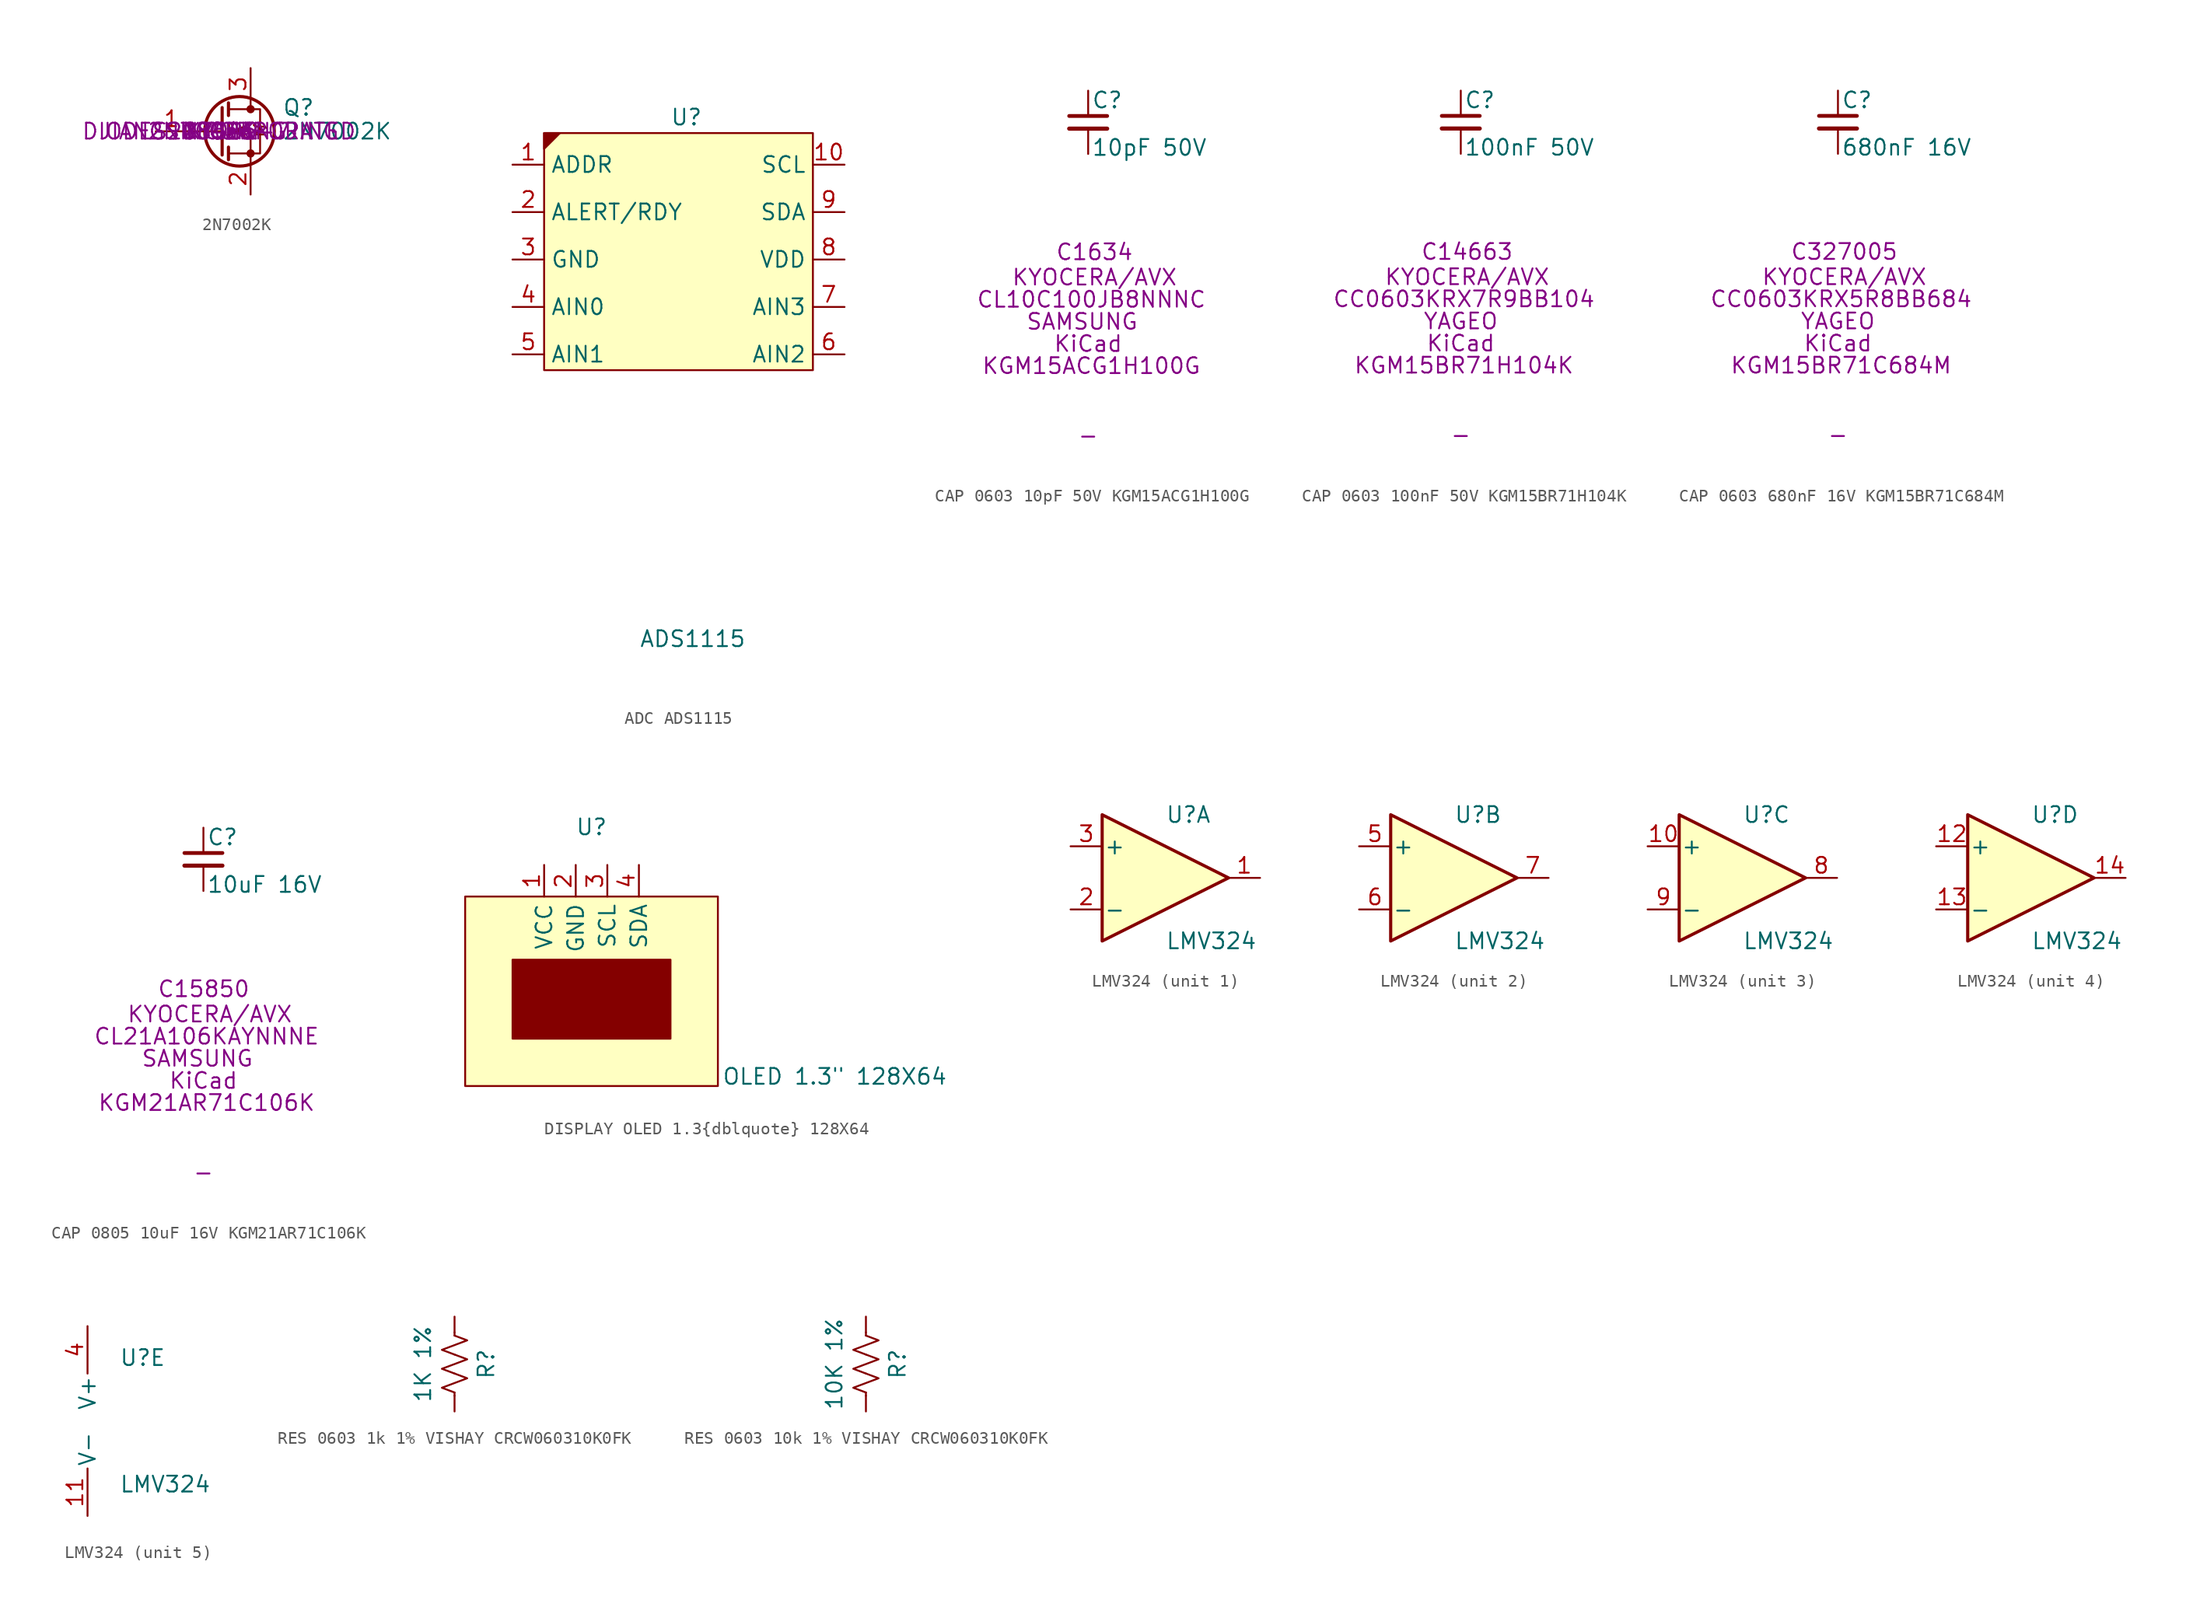
<source format=kicad_sym>
(kicad_symbol_lib
  (version 20231120)
  (generator "kicad_symbol_editor")
  (generator_version "8.0")
  (symbol "2N7002K"
    (pin_names hide)
    (property "Reference" "Q"
      (at 5.08 1.905 0)
      (effects (font (size 1.27 1.27)) (justify left)))
    (property "Value" "2N7002K"
      (at 5.08 0 0)
      (effects (font (size 1.27 1.27)) (justify left)))
    (property "MPN" "2N7002K-7"
      (at 0 0 0)
      (effects (font (size 1.27 1.27))))
    (property "Manufacture" "DIODES INCORPORATED"
      (at 0 0 0)
      (effects (font (size 1.27 1.27))))
    (property "3D Model" "KiCad"
      (at 0 0 0)
      (effects (font (size 1.27 1.27))))
    (property "Notes" "-"
      (at 0 0 0)
      (effects (font (size 1.27 1.27))))
    (property "LCSC Part #" "C8545"
      (at 0 0 0)
      (effects (font (size 1.27 1.27))))
    (property "LCSC MPN" "2N7002 "
      (at 0 0 0)
      (effects (font (size 1.27 1.27))))
    (property "LCSC MANUFACTURER" "JIANGSU CHANGJING"
      (at 0 0 0)
      (effects (font (size 1.27 1.27))))
    (symbol "2N7002K_0_1"
      (polyline (pts (xy 0.254 0) (xy -2.54 0)) (stroke (width 0) (type default)) (fill (type none)))
      (polyline (pts (xy 0.254 1.905) (xy 0.254 -1.905)) (stroke (width 0.254) (type default)) (fill (type none)))
      (polyline (pts (xy 0.762 -1.27) (xy 0.762 -2.286)) (stroke (width 0.254) (type default)) (fill (type none)))
      (polyline (pts (xy 0.762 0.508) (xy 0.762 -0.508)) (stroke (width 0.254) (type default)) (fill (type none)))
      (polyline (pts (xy 0.762 2.286) (xy 0.762 1.27)) (stroke (width 0.254) (type default)) (fill (type none)))
      (polyline (pts (xy 2.54 2.54) (xy 2.54 1.778)) (stroke (width 0) (type default)) (fill (type none)))
      (polyline (pts (xy 2.54 -2.54) (xy 2.54 0) (xy 0.762 0)) (stroke (width 0) (type default)) (fill (type none)))
      (polyline (pts (xy 0.762 -1.778) (xy 3.302 -1.778) (xy 3.302 1.778) (xy 0.762 1.778)) (stroke (width 0) (type default)) (fill (type none)))
      (polyline (pts (xy 1.016 0) (xy 2.032 0.381) (xy 2.032 -0.381) (xy 1.016 0)) (stroke (width 0) (type default)) (fill (type outline)))
      (polyline (pts (xy 2.794 0.508) (xy 2.921 0.381) (xy 3.683 0.381) (xy 3.81 0.254)) (stroke (width 0) (type default)) (fill (type none)))
      (polyline (pts (xy 3.302 0.381) (xy 2.921 -0.254) (xy 3.683 -0.254) (xy 3.302 0.381)) (stroke (width 0) (type default)) (fill (type none)))
      (circle (center 1.651 0) (radius 2.794) (stroke (width 0.254) (type default)) (fill (type none)))
      (circle (center 2.54 -1.778) (radius 0.254) (stroke (width 0) (type default)) (fill (type outline)))
      (circle (center 2.54 1.778) (radius 0.254) (stroke (width 0) (type default)) (fill (type outline))))
    (symbol "2N7002K_1_1"
      (pin input line (at -5.08 0 0) (length 2.54) (name "G" (effects (font (size 1.27 1.27)))) (number "1" (effects (font (size 1.27 1.27)))))
      (pin passive line (at 2.54 -5.08 90) (length 2.54) (name "S" (effects (font (size 1.27 1.27)))) (number "2" (effects (font (size 1.27 1.27)))))
      (pin passive line (at 2.54 5.08 270) (length 2.54) (name "D" (effects (font (size 1.27 1.27)))) (number "3" (effects (font (size 1.27 1.27)))))))
  (symbol "ADC ADS1115"
    (property "Reference" "U"
      (at 0 10.16 0)
      (effects (font (size 1.27 1.27))))
    (property "Value" "ADS1115"
      (at 0.508 -31.75 0)
      (effects (font (size 1.27 1.27))))
    (symbol "ADC ADS1115_1_1"
      (rectangle (start -11.43 8.89) (end 10.16 -10.16) (stroke (width 0) (type default)) (fill (type background)))
      (polyline (pts (xy -11.43 8.89) (xy -11.43 7.62) (xy -10.16 8.89) (xy -11.43 8.89)) (stroke (width 0) (type default)) (fill (type color) (color 132 0 0 1)))
      (pin input line (at -13.97 6.35 0) (length 2.54) (name "ADDR" (effects (font (size 1.27 1.27)))) (number "1" (effects (font (size 1.27 1.27)))))
      (pin input line (at 12.7 6.35 180) (length 2.54) (name "SCL" (effects (font (size 1.27 1.27)))) (number "10" (effects (font (size 1.27 1.27)))))
      (pin output line (at -13.97 2.54 0) (length 2.54) (name "ALERT/RDY" (effects (font (size 1.27 1.27)))) (number "2" (effects (font (size 1.27 1.27)))))
      (pin power_out line (at -13.97 -1.27 0) (length 2.54) (name "GND" (effects (font (size 1.27 1.27)))) (number "3" (effects (font (size 1.27 1.27)))))
      (pin input line (at -13.97 -5.08 0) (length 2.54) (name "AIN0" (effects (font (size 1.27 1.27)))) (number "4" (effects (font (size 1.27 1.27)))))
      (pin input line (at -13.97 -8.89 0) (length 2.54) (name "AIN1" (effects (font (size 1.27 1.27)))) (number "5" (effects (font (size 1.27 1.27)))))
      (pin input line (at 12.7 -8.89 180) (length 2.54) (name "AIN2" (effects (font (size 1.27 1.27)))) (number "6" (effects (font (size 1.27 1.27)))))
      (pin input line (at 12.7 -5.08 180) (length 2.54) (name "AIN3" (effects (font (size 1.27 1.27)))) (number "7" (effects (font (size 1.27 1.27)))))
      (pin power_in line (at 12.7 -1.27 180) (length 2.54) (name "VDD" (effects (font (size 1.27 1.27)))) (number "8" (effects (font (size 1.27 1.27)))))
      (pin bidirectional line (at 12.7 2.54 180) (length 2.54) (name "SDA" (effects (font (size 1.27 1.27)))) (number "9" (effects (font (size 1.27 1.27)))))))
  (symbol "CAP 0603 10pF 50V KGM15ACG1H100G"
    (pin_numbers hide)
    (pin_names
      (offset 0.254) hide)
    (property "Reference" "C"
      (at 0.254 1.778 0)
      (effects (font (size 1.27 1.27)) (justify left)))
    (property "Value" "10pF 50V"
      (at 0.254 -2.032 0)
      (effects (font (size 1.27 1.27)) (justify left)))
    (property "MPN" "KGM15ACG1H100G"
      (at 0.254 -19.558 0)
      (effects (font (size 1.27 1.27))))
    (property "Manufacture" "KYOCERA/AVX"
      (at 0.508 -12.446 0)
      (effects (font (size 1.27 1.27))))
    (property "3D Model" "KiCad"
      (at 0 -17.78 0)
      (effects (font (size 1.27 1.27))))
    (property "Notes" "-"
      (at 0 -25.146 0)
      (effects (font (size 1.27 1.27))))
    (property "LCSC PART #" "C1634"
      (at 0.508 -10.414 0)
      (effects (font (size 1.27 1.27))))
    (property "LCSC MPN" "CL10C100JB8NNNC"
      (at 0.254 -14.224 0)
      (effects (font (size 1.27 1.27))))
    (property "LCSC MANUFACTURER" "SAMSUNG "
      (at 0 -16.002 0)
      (effects (font (size 1.27 1.27))))
    (symbol "CAP 0603 10pF 50V KGM15ACG1H100G_0_1"
      (polyline (pts (xy -1.524 -0.508) (xy 1.524 -0.508)) (stroke (width 0.33) (type default)) (fill (type none)))
      (polyline (pts (xy -1.524 0.508) (xy 1.524 0.508)) (stroke (width 0.305) (type default)) (fill (type none))))
    (symbol "CAP 0603 10pF 50V KGM15ACG1H100G_1_1"
      (pin passive line (at 0 2.54 270) (length 2.032) (name "~" (effects (font (size 1.27 1.27)))) (number "1" (effects (font (size 1.27 1.27)))))
      (pin passive line (at 0 -2.54 90) (length 2.032) (name "~" (effects (font (size 1.27 1.27)))) (number "2" (effects (font (size 1.27 1.27)))))))
  (symbol "CAP 0603 100nF 50V KGM15BR71H104K"
    (pin_numbers hide)
    (pin_names
      (offset 0.254) hide)
    (property "Reference" "C"
      (at 0.254 1.778 0)
      (effects (font (size 1.27 1.27)) (justify left)))
    (property "Value" "100nF 50V"
      (at 0.254 -2.032 0)
      (effects (font (size 1.27 1.27)) (justify left)))
    (property "MPN" "KGM15BR71H104K"
      (at 0.254 -19.558 0)
      (effects (font (size 1.27 1.27))))
    (property "Manufacture" "KYOCERA/AVX"
      (at 0.508 -12.446 0)
      (effects (font (size 1.27 1.27))))
    (property "3D Model" "KiCad"
      (at 0 -17.78 0)
      (effects (font (size 1.27 1.27))))
    (property "Notes" "-"
      (at 0 -25.146 0)
      (effects (font (size 1.27 1.27))))
    (property "LCSC PART #" "C14663"
      (at 0.508 -10.414 0)
      (effects (font (size 1.27 1.27))))
    (property "LCSC MPN" "CC0603KRX7R9BB104"
      (at 0.254 -14.224 0)
      (effects (font (size 1.27 1.27))))
    (property "LCSC MANUFACTURER" "YAGEO"
      (at 0 -16.002 0)
      (effects (font (size 1.27 1.27))))
    (symbol "CAP 0603 100nF 50V KGM15BR71H104K_0_1"
      (polyline (pts (xy -1.524 -0.508) (xy 1.524 -0.508)) (stroke (width 0.33) (type default)) (fill (type none)))
      (polyline (pts (xy -1.524 0.508) (xy 1.524 0.508)) (stroke (width 0.305) (type default)) (fill (type none))))
    (symbol "CAP 0603 100nF 50V KGM15BR71H104K_1_1"
      (pin passive line (at 0 2.54 270) (length 2.032) (name "~" (effects (font (size 1.27 1.27)))) (number "1" (effects (font (size 1.27 1.27)))))
      (pin passive line (at 0 -2.54 90) (length 2.032) (name "~" (effects (font (size 1.27 1.27)))) (number "2" (effects (font (size 1.27 1.27)))))))
  (symbol "CAP 0603 680nF 16V KGM15BR71C684M"
    (pin_numbers hide)
    (pin_names
      (offset 0.254) hide)
    (property "Reference" "C"
      (at 0.254 1.778 0)
      (effects (font (size 1.27 1.27)) (justify left)))
    (property "Value" "680nF 16V"
      (at 0.254 -2.032 0)
      (effects (font (size 1.27 1.27)) (justify left)))
    (property "MPN" "KGM15BR71C684M"
      (at 0.254 -19.558 0)
      (effects (font (size 1.27 1.27))))
    (property "Manufacture" "KYOCERA/AVX"
      (at 0.508 -12.446 0)
      (effects (font (size 1.27 1.27))))
    (property "3D Model" "KiCad"
      (at 0 -17.78 0)
      (effects (font (size 1.27 1.27))))
    (property "Notes" "-"
      (at 0 -25.146 0)
      (effects (font (size 1.27 1.27))))
    (property "LCSC PART #" "C327005"
      (at 0.508 -10.414 0)
      (effects (font (size 1.27 1.27))))
    (property "LCSC MPN" "CC0603KRX5R8BB684"
      (at 0.254 -14.224 0)
      (effects (font (size 1.27 1.27))))
    (property "LCSC MANUFACTURER" "YAGEO"
      (at 0 -16.002 0)
      (effects (font (size 1.27 1.27))))
    (symbol "CAP 0603 680nF 16V KGM15BR71C684M_0_1"
      (polyline (pts (xy -1.524 -0.508) (xy 1.524 -0.508)) (stroke (width 0.33) (type default)) (fill (type none)))
      (polyline (pts (xy -1.524 0.508) (xy 1.524 0.508)) (stroke (width 0.305) (type default)) (fill (type none))))
    (symbol "CAP 0603 680nF 16V KGM15BR71C684M_1_1"
      (pin passive line (at 0 2.54 270) (length 2.032) (name "~" (effects (font (size 1.27 1.27)))) (number "1" (effects (font (size 1.27 1.27)))))
      (pin passive line (at 0 -2.54 90) (length 2.032) (name "~" (effects (font (size 1.27 1.27)))) (number "2" (effects (font (size 1.27 1.27)))))))
  (symbol "CAP 0805 10uF 16V KGM21AR71C106K"
    (pin_numbers hide)
    (pin_names
      (offset 0.254) hide)
    (property "Reference" "C"
      (at 0.254 1.778 0)
      (effects (font (size 1.27 1.27)) (justify left)))
    (property "Value" "10uF 16V"
      (at 0.254 -2.032 0)
      (effects (font (size 1.27 1.27)) (justify left)))
    (property "MPN" "KGM21AR71C106K"
      (at 0.254 -19.558 0)
      (effects (font (size 1.27 1.27))))
    (property "Manufacture" "KYOCERA/AVX"
      (at 0.508 -12.446 0)
      (effects (font (size 1.27 1.27))))
    (property "3D Model" "KiCad"
      (at 0 -17.78 0)
      (effects (font (size 1.27 1.27))))
    (property "Notes" "-"
      (at 0 -25.146 0)
      (effects (font (size 1.27 1.27))))
    (property "LCSC PART #" "C15850 "
      (at 0.508 -10.414 0)
      (effects (font (size 1.27 1.27))))
    (property "LCSC MPN" "CL21A106KAYNNNE"
      (at 0.254 -14.224 0)
      (effects (font (size 1.27 1.27))))
    (property "LCSC MANUFACTURER" "SAMSUNG "
      (at 0 -16.002 0)
      (effects (font (size 1.27 1.27))))
    (symbol "CAP 0805 10uF 16V KGM21AR71C106K_0_1"
      (polyline (pts (xy -1.524 -0.508) (xy 1.524 -0.508)) (stroke (width 0.33) (type default)) (fill (type none)))
      (polyline (pts (xy -1.524 0.508) (xy 1.524 0.508)) (stroke (width 0.305) (type default)) (fill (type none))))
    (symbol "CAP 0805 10uF 16V KGM21AR71C106K_1_1"
      (pin passive line (at 0 2.54 270) (length 2.032) (name "~" (effects (font (size 1.27 1.27)))) (number "1" (effects (font (size 1.27 1.27)))))
      (pin passive line (at 0 -2.54 90) (length 2.032) (name "~" (effects (font (size 1.27 1.27)))) (number "2" (effects (font (size 1.27 1.27)))))))
  (symbol "DISPLAY OLED 1.3{dblquote} 128X64"
    (property "Reference" "U"
      (at 0 6.858 0)
      (effects (font (size 1.27 1.27))))
    (property "Value" "OLED 1.3\" 128X64"
      (at 19.558 -13.208 0)
      (effects (font (size 1.27 1.27))))
    (symbol "DISPLAY OLED 1.3{dblquote} 128X64_1_1"
      (rectangle (start -10.16 1.27) (end 10.16 -13.97) (stroke (width 0) (type default)) (fill (type background)))
      (rectangle (start -6.35 -3.81) (end 6.35 -10.16) (stroke (width 0) (type default)) (fill (type outline)))
      (pin power_in line (at -3.81 3.81 270) (length 2.54) (name "VCC" (effects (font (size 1.27 1.27)))) (number "1" (effects (font (size 1.27 1.27)))))
      (pin power_in line (at -1.27 3.81 270) (length 2.54) (name "GND" (effects (font (size 1.27 1.27)))) (number "2" (effects (font (size 1.27 1.27)))))
      (pin input line (at 1.27 3.81 270) (length 2.54) (name "SCL" (effects (font (size 1.27 1.27)))) (number "3" (effects (font (size 1.27 1.27)))))
      (pin bidirectional line (at 3.81 3.81 270) (length 2.54) (name "SDA" (effects (font (size 1.27 1.27)))) (number "4" (effects (font (size 1.27 1.27)))))))
  (symbol "LMV324"
    (pin_names
      (offset 0.127))
    (property "Reference" "U"
      (at 0 5.08 0)
      (effects (font (size 1.27 1.27)) (justify left)))
    (property "Value" "LMV324"
      (at 0 -5.08 0)
      (effects (font (size 1.27 1.27)) (justify left)))
    (property "ki_locked" ""
      (at 0 0 0)
      (effects (font (size 1.27 1.27))))
    (symbol "LMV324_1_1"
      (polyline (pts (xy -5.08 5.08) (xy 5.08 0) (xy -5.08 -5.08) (xy -5.08 5.08)) (stroke (width 0.254) (type default)) (fill (type background)))
      (pin output line (at 7.62 0 180) (length 2.54) (name "~" (effects (font (size 1.27 1.27)))) (number "1" (effects (font (size 1.27 1.27)))))
      (pin input line (at -7.62 -2.54 0) (length 2.54) (name "-" (effects (font (size 1.27 1.27)))) (number "2" (effects (font (size 1.27 1.27)))))
      (pin input line (at -7.62 2.54 0) (length 2.54) (name "+" (effects (font (size 1.27 1.27)))) (number "3" (effects (font (size 1.27 1.27))))))
    (symbol "LMV324_2_1"
      (polyline (pts (xy -5.08 5.08) (xy 5.08 0) (xy -5.08 -5.08) (xy -5.08 5.08)) (stroke (width 0.254) (type default)) (fill (type background)))
      (pin input line (at -7.62 2.54 0) (length 2.54) (name "+" (effects (font (size 1.27 1.27)))) (number "5" (effects (font (size 1.27 1.27)))))
      (pin input line (at -7.62 -2.54 0) (length 2.54) (name "-" (effects (font (size 1.27 1.27)))) (number "6" (effects (font (size 1.27 1.27)))))
      (pin output line (at 7.62 0 180) (length 2.54) (name "~" (effects (font (size 1.27 1.27)))) (number "7" (effects (font (size 1.27 1.27))))))
    (symbol "LMV324_3_1"
      (polyline (pts (xy -5.08 5.08) (xy 5.08 0) (xy -5.08 -5.08) (xy -5.08 5.08)) (stroke (width 0.254) (type default)) (fill (type background)))
      (pin input line (at -7.62 2.54 0) (length 2.54) (name "+" (effects (font (size 1.27 1.27)))) (number "10" (effects (font (size 1.27 1.27)))))
      (pin output line (at 7.62 0 180) (length 2.54) (name "~" (effects (font (size 1.27 1.27)))) (number "8" (effects (font (size 1.27 1.27)))))
      (pin input line (at -7.62 -2.54 0) (length 2.54) (name "-" (effects (font (size 1.27 1.27)))) (number "9" (effects (font (size 1.27 1.27))))))
    (symbol "LMV324_4_1"
      (polyline (pts (xy -5.08 5.08) (xy 5.08 0) (xy -5.08 -5.08) (xy -5.08 5.08)) (stroke (width 0.254) (type default)) (fill (type background)))
      (pin input line (at -7.62 2.54 0) (length 2.54) (name "+" (effects (font (size 1.27 1.27)))) (number "12" (effects (font (size 1.27 1.27)))))
      (pin input line (at -7.62 -2.54 0) (length 2.54) (name "-" (effects (font (size 1.27 1.27)))) (number "13" (effects (font (size 1.27 1.27)))))
      (pin output line (at 7.62 0 180) (length 2.54) (name "~" (effects (font (size 1.27 1.27)))) (number "14" (effects (font (size 1.27 1.27))))))
    (symbol "LMV324_5_1"
      (pin power_in line (at -2.54 -7.62 90) (length 3.81) (name "V-" (effects (font (size 1.27 1.27)))) (number "11" (effects (font (size 1.27 1.27)))))
      (pin power_in line (at -2.54 7.62 270) (length 3.81) (name "V+" (effects (font (size 1.27 1.27)))) (number "4" (effects (font (size 1.27 1.27)))))))
  (symbol "RES 0603 1k 1% VISHAY CRCW060310K0FK"
    (pin_numbers hide)
    (pin_names
      (offset 0))
    (property "Reference" "R"
      (at 2.54 0 90)
      (effects (font (size 1.27 1.27))))
    (property "Value" "1K 1%"
      (at -2.54 0 90)
      (effects (font (size 1.27 1.27))))
    (symbol "RES 0603 1k 1% VISHAY CRCW060310K0FK_0_1"
      (polyline (pts (xy 0 -2.286) (xy 0 -2.54)) (stroke (width 0) (type default)) (fill (type none)))
      (polyline (pts (xy 0 2.286) (xy 0 2.54)) (stroke (width 0) (type default)) (fill (type none)))
      (polyline (pts (xy 0 -0.762) (xy 1.016 -1.143) (xy 0 -1.524) (xy -1.016 -1.905) (xy 0 -2.286)) (stroke (width 0) (type default)) (fill (type none)))
      (polyline (pts (xy 0 0.762) (xy 1.016 0.381) (xy 0 0) (xy -1.016 -0.381) (xy 0 -0.762)) (stroke (width 0) (type default)) (fill (type none)))
      (polyline (pts (xy 0 2.286) (xy 1.016 1.905) (xy 0 1.524) (xy -1.016 1.143) (xy 0 0.762)) (stroke (width 0) (type default)) (fill (type none))))
    (symbol "RES 0603 1k 1% VISHAY CRCW060310K0FK_1_1"
      (pin passive line (at 0 3.81 270) (length 1.27) (name "~" (effects (font (size 1.27 1.27)))) (number "1" (effects (font (size 1.27 1.27)))))
      (pin passive line (at 0 -3.81 90) (length 1.27) (name "~" (effects (font (size 1.27 1.27)))) (number "2" (effects (font (size 1.27 1.27)))))))
  (symbol "RES 0603 10k 1% VISHAY CRCW060310K0FK"
    (pin_numbers hide)
    (pin_names
      (offset 0))
    (property "Reference" "R"
      (at 2.54 0 90)
      (effects (font (size 1.27 1.27))))
    (property "Value" "10K 1%"
      (at -2.54 0 90)
      (effects (font (size 1.27 1.27))))
    (symbol "RES 0603 10k 1% VISHAY CRCW060310K0FK_0_1"
      (polyline (pts (xy 0 -2.286) (xy 0 -2.54)) (stroke (width 0) (type default)) (fill (type none)))
      (polyline (pts (xy 0 2.286) (xy 0 2.54)) (stroke (width 0) (type default)) (fill (type none)))
      (polyline (pts (xy 0 -0.762) (xy 1.016 -1.143) (xy 0 -1.524) (xy -1.016 -1.905) (xy 0 -2.286)) (stroke (width 0) (type default)) (fill (type none)))
      (polyline (pts (xy 0 0.762) (xy 1.016 0.381) (xy 0 0) (xy -1.016 -0.381) (xy 0 -0.762)) (stroke (width 0) (type default)) (fill (type none)))
      (polyline (pts (xy 0 2.286) (xy 1.016 1.905) (xy 0 1.524) (xy -1.016 1.143) (xy 0 0.762)) (stroke (width 0) (type default)) (fill (type none))))
    (symbol "RES 0603 10k 1% VISHAY CRCW060310K0FK_1_1"
      (pin passive line (at 0 3.81 270) (length 1.27) (name "~" (effects (font (size 1.27 1.27)))) (number "1" (effects (font (size 1.27 1.27)))))
      (pin passive line (at 0 -3.81 90) (length 1.27) (name "~" (effects (font (size 1.27 1.27)))) (number "2" (effects (font (size 1.27 1.27))))))))
</source>
